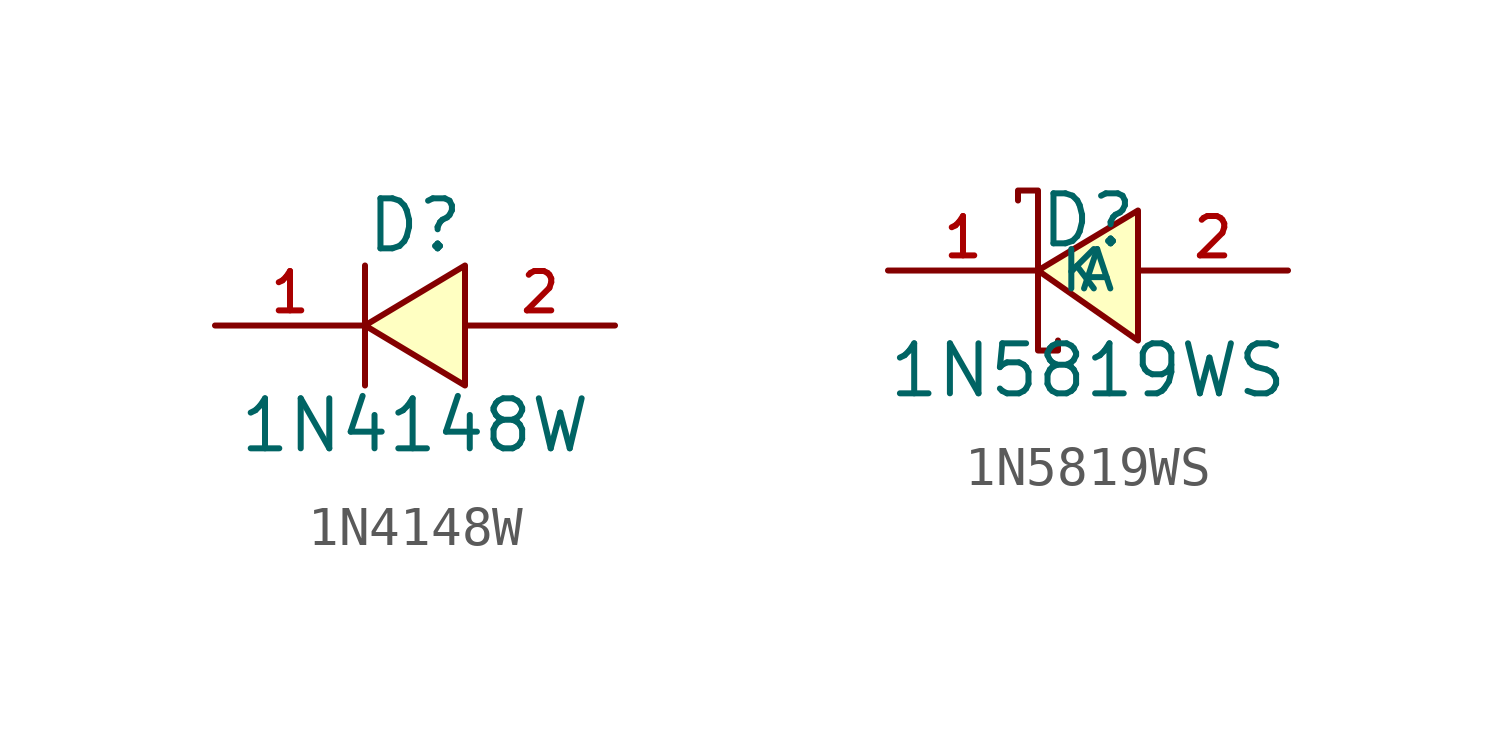
<source format=kicad_sym>
(kicad_symbol_lib
  (version 20231120)
  (generator "kicad_symbol_editor")
  (generator_version "8.0")
  (symbol "1N4148W"
    (pin_names
      (offset 0) hide)
    (property "Reference" "D"
      (at 0 2.54 0)
      (effects (font (size 1.27 1.27))))
    (property "Value" "1N4148W"
      (at 0 -2.54 0)
      (effects (font (size 1.27 1.27))))
    (symbol "1N4148W_0_1"
      (polyline (pts (xy -1.27 -1.524) (xy -1.27 1.524)) (stroke (width 0) (type default)) (fill (type none)))
      (polyline (pts (xy 1.27 1.524) (xy -1.27 0) (xy 1.27 -1.524) (xy 1.27 1.524)) (stroke (width 0) (type default)) (fill (type background)))
      (pin passive line (at -5.08 0 0) (length 3.81) (name "K" (effects (font (size 1 1)))) (number "1" (effects (font (size 1 1)))))
      (pin passive line (at 5.08 0 180) (length 3.81) (name "A" (effects (font (size 1 1)))) (number "2" (effects (font (size 1 1)))))))
  (symbol "1N5819WS"
    (property "Reference" "D"
      (at 0 1.27 0)
      (effects (font (size 1.27 1.27))))
    (property "Value" "1N5819WS"
      (at 0 -2.54 0)
      (effects (font (size 1.27 1.27))))
    (symbol "1N5819WS_0_1"
      (polyline (pts (xy -1.27 0) (xy -1.27 -2.032) (xy -0.762 -2.032) (xy -0.762 -1.778)) (stroke (width 0) (type default)) (fill (type none)))
      (polyline (pts (xy -1.27 0) (xy -1.27 2.032) (xy -1.778 2.032) (xy -1.778 1.778)) (stroke (width 0) (type default)) (fill (type none)))
      (polyline (pts (xy 1.27 1.524) (xy -1.27 0) (xy 1.27 -1.778) (xy 1.27 1.524)) (stroke (width 0) (type default)) (fill (type background)))
      (pin passive line (at -5.08 0 0) (length 3.81) (name "K" (effects (font (size 1 1)))) (number "1" (effects (font (size 1 1)))))
      (pin passive line (at 5.08 0 180) (length 3.81) (name "A" (effects (font (size 1 1)))) (number "2" (effects (font (size 1 1))))))))
</source>
